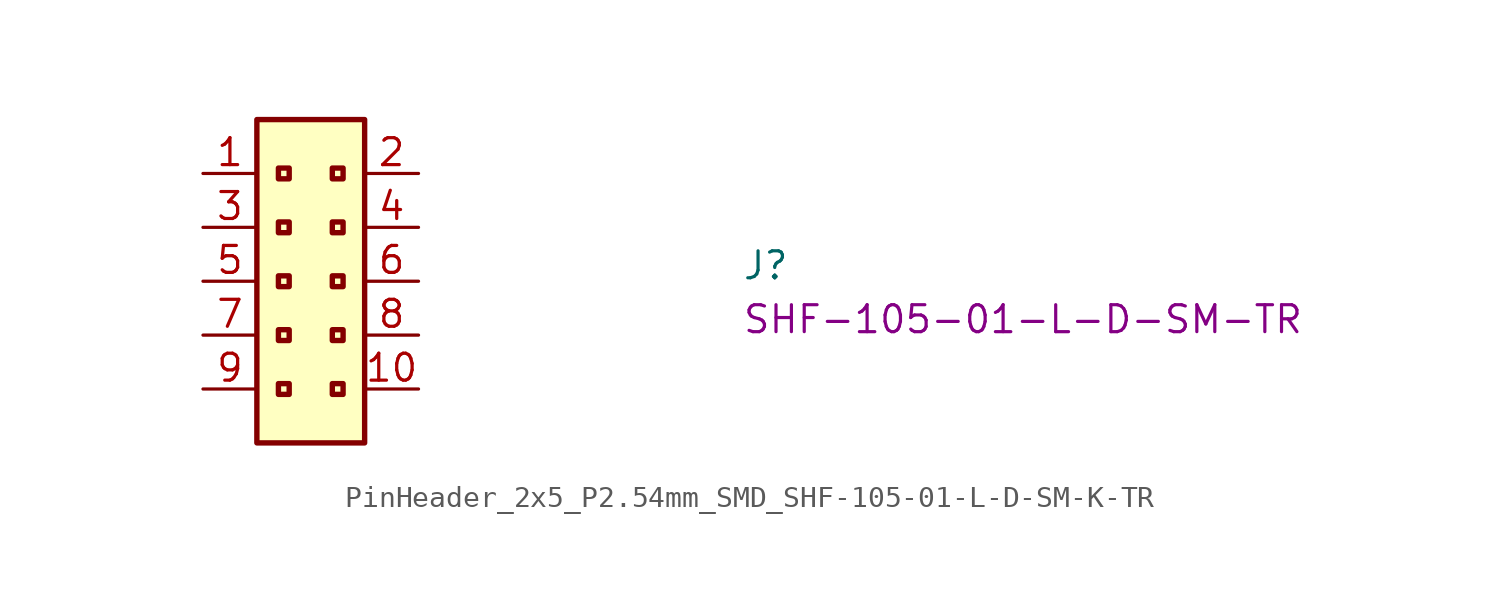
<source format=kicad_sym>
(kicad_symbol_lib
  (version 20220914)
  (generator kicad_symbol_editor)
  (symbol "PinHeader_2x5_P2.54mm_SMD_SHF-105-01-L-D-SM-K-TR"
    (property "Reference" "J"
      (at 25.4 -5.08 0)
      (effects (font (size 1.27 1.27) (thickness 0.15)) (justify left bottom)))
    (property "MPN" "SHF-105-01-L-D-SM-TR"
      (at 25.4 -7.62 0)
      (effects (font (size 1.27 1.27) (thickness 0.15)) (justify left bottom)))
    (symbol "PinHeader_2x5_P2.54mm_SMD_SHF-105-01-L-D-SM-K-TR_1_1"
      (rectangle (start 2.54 2.54) (end 7.62 -12.7) (stroke (width 0.254) (type default)) (fill (type background)))
      (rectangle (start 3.556 -9.906) (end 4.064 -10.414) (stroke (width 0.254) (type default)) (fill (type background)))
      (rectangle (start 3.556 -7.366) (end 4.064 -7.874) (stroke (width 0.254) (type default)) (fill (type background)))
      (rectangle (start 3.556 -4.826) (end 4.064 -5.334) (stroke (width 0.254) (type default)) (fill (type background)))
      (rectangle (start 3.556 -2.286) (end 4.064 -2.794) (stroke (width 0.254) (type default)) (fill (type background)))
      (rectangle (start 3.556 0.254) (end 4.064 -0.254) (stroke (width 0.254) (type default)) (fill (type background)))
      (rectangle (start 6.096 -9.906) (end 6.604 -10.414) (stroke (width 0.254) (type default)) (fill (type background)))
      (rectangle (start 6.096 -7.366) (end 6.604 -7.874) (stroke (width 0.254) (type default)) (fill (type background)))
      (rectangle (start 6.096 -4.826) (end 6.604 -5.334) (stroke (width 0.254) (type default)) (fill (type background)))
      (rectangle (start 6.096 -2.286) (end 6.604 -2.794) (stroke (width 0.254) (type default)) (fill (type background)))
      (rectangle (start 6.096 0.254) (end 6.604 -0.254) (stroke (width 0.254) (type default)) (fill (type background)))
      (pin passive line (at 0 0 0) (length 2.54) (name "~" (effects (font (size 1.27 1.27)))) (number "1" (effects (font (size 1.27 1.27)))))
      (pin passive line (at 10.16 -10.16 180) (length 2.54) (name "~" (effects (font (size 1.27 1.27)))) (number "10" (effects (font (size 1.27 1.27)))))
      (pin passive line (at 10.16 0 180) (length 2.54) (name "~" (effects (font (size 1.27 1.27)))) (number "2" (effects (font (size 1.27 1.27)))))
      (pin passive line (at 0 -2.54 0) (length 2.54) (name "~" (effects (font (size 1.27 1.27)))) (number "3" (effects (font (size 1.27 1.27)))))
      (pin passive line (at 10.16 -2.54 180) (length 2.54) (name "~" (effects (font (size 1.27 1.27)))) (number "4" (effects (font (size 1.27 1.27)))))
      (pin passive line (at 0 -5.08 0) (length 2.54) (name "~" (effects (font (size 1.27 1.27)))) (number "5" (effects (font (size 1.27 1.27)))))
      (pin passive line (at 10.16 -5.08 180) (length 2.54) (name "~" (effects (font (size 1.27 1.27)))) (number "6" (effects (font (size 1.27 1.27)))))
      (pin passive line (at 0 -7.62 0) (length 2.54) (name "~" (effects (font (size 1.27 1.27)))) (number "7" (effects (font (size 1.27 1.27)))))
      (pin passive line (at 10.16 -7.62 180) (length 2.54) (name "~" (effects (font (size 1.27 1.27)))) (number "8" (effects (font (size 1.27 1.27)))))
      (pin passive line (at 0 -10.16 0) (length 2.54) (name "~" (effects (font (size 1.27 1.27)))) (number "9" (effects (font (size 1.27 1.27))))))))
</source>
